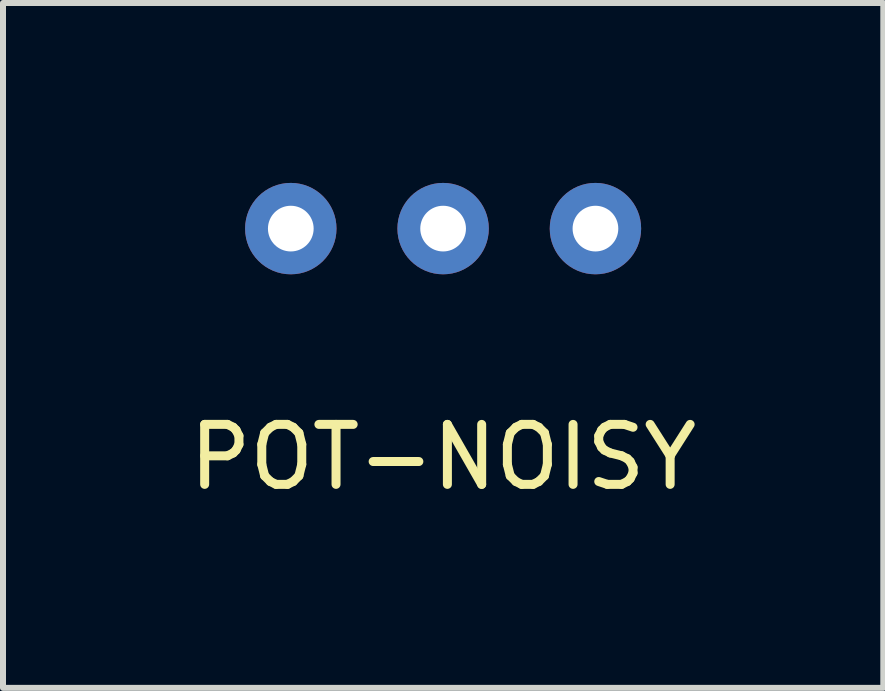
<source format=kicad_pcb>
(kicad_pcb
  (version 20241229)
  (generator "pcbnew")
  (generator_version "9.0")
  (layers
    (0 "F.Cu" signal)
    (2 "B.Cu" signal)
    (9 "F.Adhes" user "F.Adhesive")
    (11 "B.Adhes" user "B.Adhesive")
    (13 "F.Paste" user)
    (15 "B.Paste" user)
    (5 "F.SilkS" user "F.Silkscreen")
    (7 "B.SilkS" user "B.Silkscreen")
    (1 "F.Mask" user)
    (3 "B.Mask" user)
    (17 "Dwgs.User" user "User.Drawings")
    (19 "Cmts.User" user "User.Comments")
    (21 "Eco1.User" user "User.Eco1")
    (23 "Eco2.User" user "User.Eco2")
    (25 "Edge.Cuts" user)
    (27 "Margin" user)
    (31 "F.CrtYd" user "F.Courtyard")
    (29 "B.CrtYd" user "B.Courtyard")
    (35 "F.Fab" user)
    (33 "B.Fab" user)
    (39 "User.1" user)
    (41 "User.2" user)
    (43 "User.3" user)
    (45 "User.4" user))
  (footprint "POT-NOISY"
    (layer "F.Cu")
    (at 4.339 0.762)
    (property "Reference" "POT-NOISY" (at 0 3.81 0) (layer "F.SilkS") (effects (font (size 1 1) (thickness 0.15))))
    (attr through_hole)
    (pad "1" thru_hole circle (at -2.54 0) (size 1.524 1.524) (drill 0.762) (layers "*.Cu" "*.Mask"))
    (pad "2" thru_hole circle (at 0 0) (size 1.524 1.524) (drill 0.762) (layers "*.Cu" "*.Mask"))
    (pad "3" thru_hole circle (at 2.54 0) (size 1.524 1.524) (drill 0.762) (layers "*.Cu" "*.Mask")))
  (gr_rect
    (start -3 -3)
    (end 11.679 8.42)
    (stroke (width 0.1) (type default))
    (fill no)
    (layer "Edge.Cuts")))
</source>
